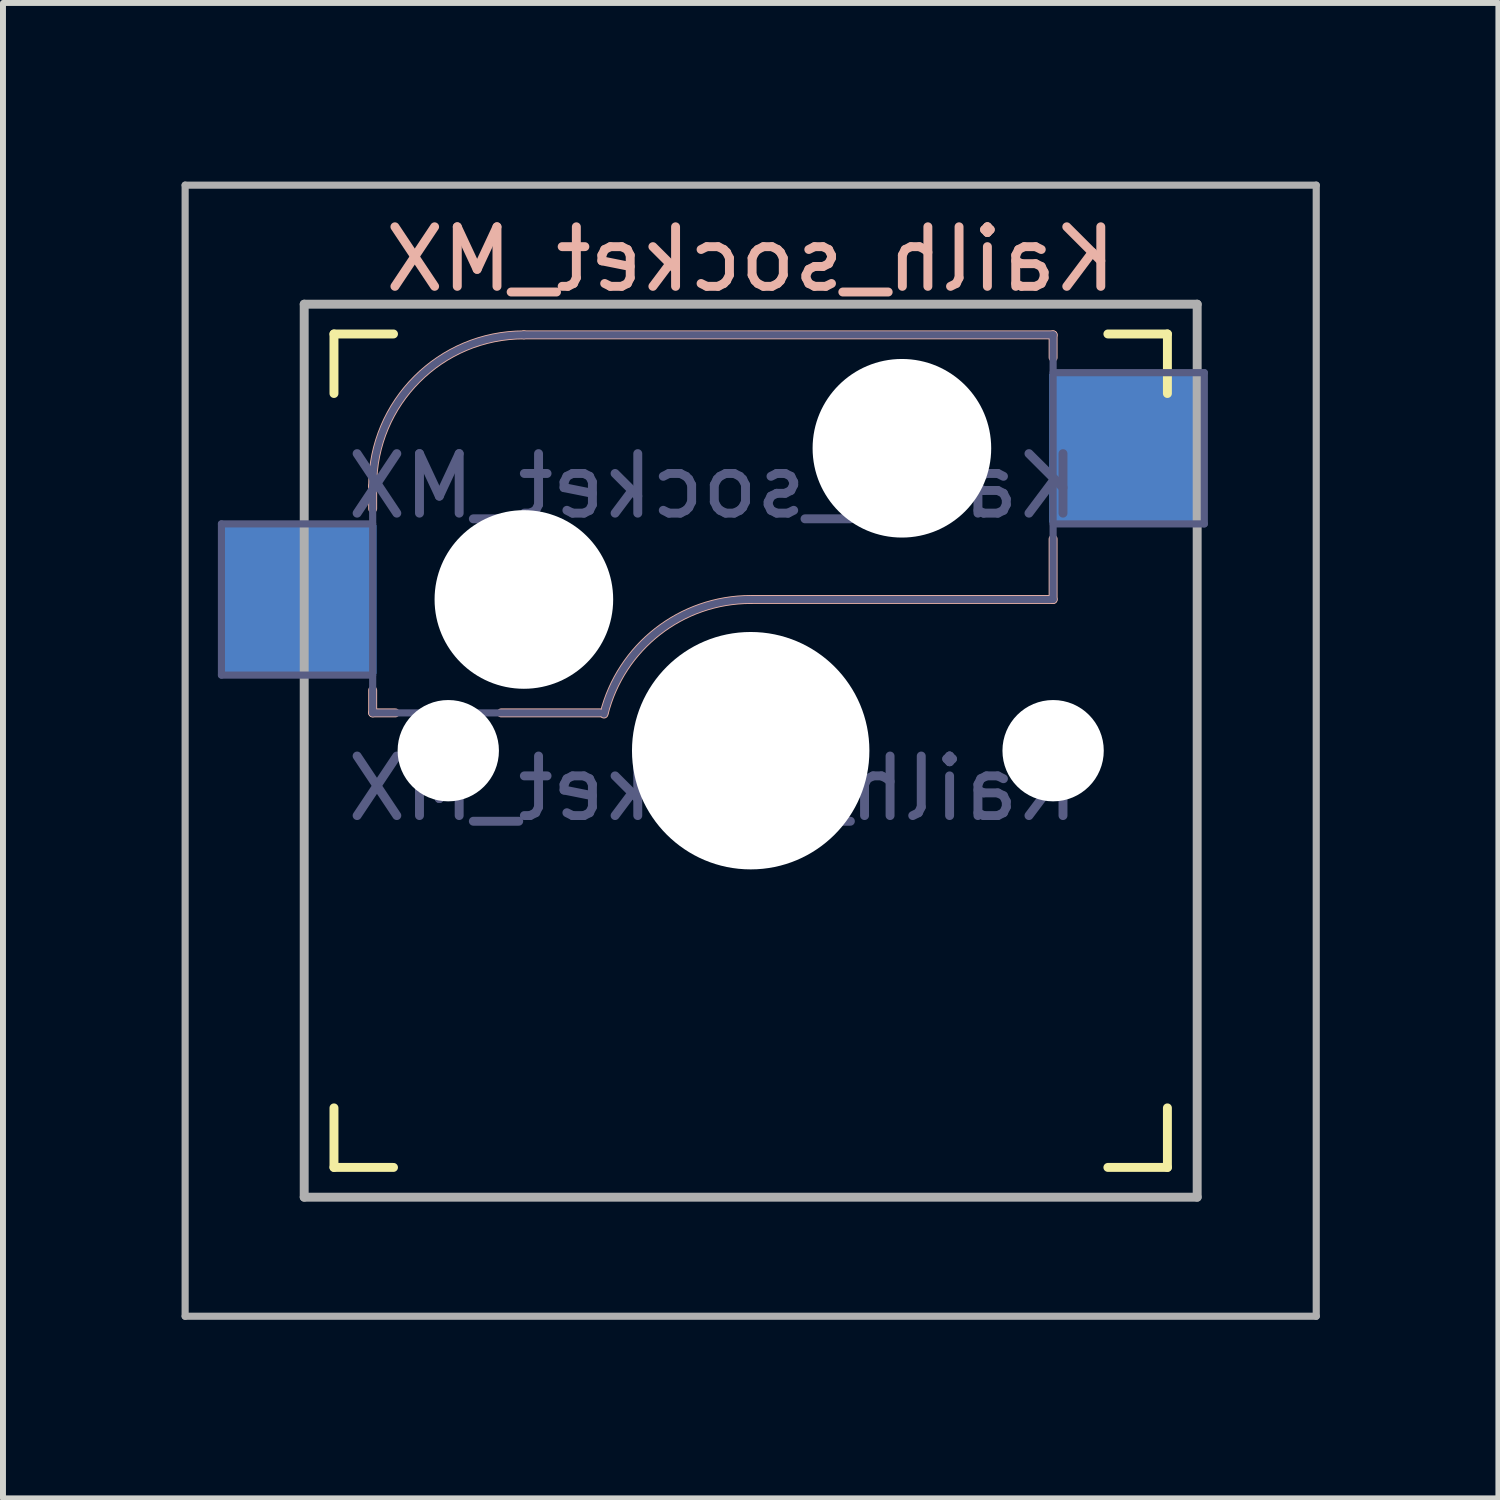
<source format=kicad_pcb>
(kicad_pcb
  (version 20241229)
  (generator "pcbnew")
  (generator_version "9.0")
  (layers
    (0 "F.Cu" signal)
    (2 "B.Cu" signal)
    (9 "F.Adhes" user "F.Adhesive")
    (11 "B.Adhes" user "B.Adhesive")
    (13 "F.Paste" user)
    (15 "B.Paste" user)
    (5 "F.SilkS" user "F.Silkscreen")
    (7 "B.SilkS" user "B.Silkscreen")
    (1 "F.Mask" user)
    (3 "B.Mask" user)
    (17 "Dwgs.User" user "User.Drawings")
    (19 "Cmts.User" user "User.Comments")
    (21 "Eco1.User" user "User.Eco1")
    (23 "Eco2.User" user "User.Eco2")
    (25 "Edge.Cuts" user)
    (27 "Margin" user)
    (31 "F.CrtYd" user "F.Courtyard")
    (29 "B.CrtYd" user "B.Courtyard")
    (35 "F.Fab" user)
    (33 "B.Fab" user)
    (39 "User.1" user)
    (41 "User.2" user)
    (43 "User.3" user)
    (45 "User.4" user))
  (footprint "Kailh_socket_MX"
    (layer "F.Cu")
    (at 9.56 9.56)
    (property "Reference" "Kailh_socket_MX" (at 0 -8.255 0) (layer "B.SilkS") (effects (font (size 1 1) (thickness 0.15)) (justify mirror)))
    (property "Value" "Kailh_socket_MX" (at 0 8.255 0) (layer "F.Fab") (hide yes) (effects (font (size 1 1) (thickness 0.15))))
    (attr smd)
    (fp_line (start -7 -6) (end -7 -7) (stroke (width 0.15) (type solid)) (layer "F.SilkS"))
    (fp_line (start -7 7) (end -7 6) (stroke (width 0.15) (type solid)) (layer "F.SilkS"))
    (fp_line (start -7 7) (end -6 7) (stroke (width 0.15) (type solid)) (layer "F.SilkS"))
    (fp_line (start -6 -7) (end -7 -7) (stroke (width 0.15) (type solid)) (layer "F.SilkS"))
    (fp_line (start 6 7) (end 7 7) (stroke (width 0.15) (type solid)) (layer "F.SilkS"))
    (fp_line (start 7 -7) (end 6 -7) (stroke (width 0.15) (type solid)) (layer "F.SilkS"))
    (fp_line (start 7 -7) (end 7 -6) (stroke (width 0.15) (type solid)) (layer "F.SilkS"))
    (fp_line (start 7 6) (end 7 7) (stroke (width 0.15) (type solid)) (layer "F.SilkS"))
    (fp_line (start -6.35 -4.445) (end -6.35 -4.064) (stroke (width 0.15) (type solid)) (layer "B.SilkS"))
    (fp_line (start -6.35 -1.016) (end -6.35 -0.635) (stroke (width 0.15) (type solid)) (layer "B.SilkS"))
    (fp_line (start -5.969 -0.635) (end -6.35 -0.635) (stroke (width 0.15) (type solid)) (layer "B.SilkS"))
    (fp_line (start -3.81 -6.985) (end 5.08 -6.985) (stroke (width 0.15) (type solid)) (layer "B.SilkS"))
    (fp_line (start -2.464 -0.635) (end -4.191 -0.635) (stroke (width 0.15) (type solid)) (layer "B.SilkS"))
    (fp_line (start 5.08 -6.985) (end 5.08 -6.604) (stroke (width 0.15) (type solid)) (layer "B.SilkS"))
    (fp_line (start 5.08 -3.556) (end 5.08 -2.54) (stroke (width 0.15) (type solid)) (layer "B.SilkS"))
    (fp_line (start 5.08 -2.54) (end 0 -2.54) (stroke (width 0.15) (type solid)) (layer "B.SilkS"))
    (fp_arc (start -6.35 -4.445) (mid -5.606051 -6.241051) (end -3.81 -6.985) (stroke (width 0.15) (type solid)) (layer "B.SilkS"))
    (fp_arc (start -2.464162 -0.61604) (mid -1.563147 -2.002042) (end 0 -2.54) (stroke (width 0.15) (type solid)) (layer "B.SilkS"))
    (fp_line (start -6.9 6.9) (end -6.9 -6.9) (stroke (width 0.15) (type solid)) (layer "Eco2.User"))
    (fp_line (start -6.9 6.9) (end 6.9 6.9) (stroke (width 0.15) (type solid)) (layer "Eco2.User"))
    (fp_line (start 6.9 -6.9) (end -6.9 -6.9) (stroke (width 0.15) (type solid)) (layer "Eco2.User"))
    (fp_line (start 6.9 -6.9) (end 6.9 6.9) (stroke (width 0.15) (type solid)) (layer "Eco2.User"))
    (fp_line (start -8.89 -3.81) (end -6.35 -3.81) (stroke (width 0.12) (type solid)) (layer "B.Fab"))
    (fp_line (start -8.89 -1.27) (end -8.89 -3.81) (stroke (width 0.12) (type solid)) (layer "B.Fab"))
    (fp_line (start -6.35 -1.27) (end -8.89 -1.27) (stroke (width 0.12) (type solid)) (layer "B.Fab"))
    (fp_line (start -6.35 -0.635) (end -6.35 -4.445) (stroke (width 0.12) (type solid)) (layer "B.Fab"))
    (fp_line (start -6.35 -0.635) (end -2.54 -0.635) (stroke (width 0.12) (type solid)) (layer "B.Fab"))
    (fp_line (start -3.81 -6.985) (end 5.08 -6.985) (stroke (width 0.12) (type solid)) (layer "B.Fab"))
    (fp_line (start 5.08 -6.985) (end 5.08 -2.54) (stroke (width 0.12) (type solid)) (layer "B.Fab"))
    (fp_line (start 5.08 -6.35) (end 7.62 -6.35) (stroke (width 0.12) (type solid)) (layer "B.Fab"))
    (fp_line (start 5.08 -2.54) (end 0 -2.54) (stroke (width 0.12) (type solid)) (layer "B.Fab"))
    (fp_line (start 7.62 -6.35) (end 7.62 -3.81) (stroke (width 0.12) (type solid)) (layer "B.Fab"))
    (fp_line (start 7.62 -3.81) (end 5.08 -3.81) (stroke (width 0.12) (type solid)) (layer "B.Fab"))
    (fp_arc (start -6.35 -4.445) (mid -5.606051 -6.241051) (end -3.81 -6.985) (stroke (width 0.12) (type solid)) (layer "B.Fab"))
    (fp_arc (start -2.464162 -0.61604) (mid -1.563147 -2.002042) (end 0 -2.54) (stroke (width 0.12) (type solid)) (layer "B.Fab"))
    (fp_line (start -9.5 -9.5) (end 9.5 -9.5) (stroke (width 0.12) (type solid)) (layer "F.Fab"))
    (fp_line (start -9.5 9.5) (end -9.5 -9.5) (stroke (width 0.12) (type solid)) (layer "F.Fab"))
    (fp_line (start -7.5 -7.5) (end 7.5 -7.5) (stroke (width 0.15) (type solid)) (layer "F.Fab"))
    (fp_line (start -7.5 7.5) (end -7.5 -7.5) (stroke (width 0.15) (type solid)) (layer "F.Fab"))
    (fp_line (start 7.5 -7.5) (end 7.5 7.5) (stroke (width 0.15) (type solid)) (layer "F.Fab"))
    (fp_line (start 7.5 7.5) (end -7.5 7.5) (stroke (width 0.15) (type solid)) (layer "F.Fab"))
    (fp_line (start 9.5 -9.5) (end 9.5 9.5) (stroke (width 0.12) (type solid)) (layer "F.Fab"))
    (fp_line (start 9.5 9.5) (end -9.5 9.5) (stroke (width 0.12) (type solid)) (layer "F.Fab"))
    (fp_text user "${VALUE}" (at -0.635 0.635 0) (layer "B.Fab") (effects (font (size 1 1) (thickness 0.15)) (justify mirror)))
    (fp_text user "${REFERENCE}" (at -0.635 -4.445 0) (layer "B.Fab") (effects (font (size 1 1) (thickness 0.15)) (justify mirror)))
    (pad "" np_thru_hole circle (at -5.08 0) (size 1.702 1.702) (drill 1.702) (layers "*.Cu" "*.Mask"))
    (pad "" np_thru_hole circle (at -3.81 -2.54) (size 3 3) (drill 3) (layers "*.Cu" "*.Mask"))
    (pad "" np_thru_hole circle (at 0 0) (size 3.988 3.988) (drill 3.988) (layers "*.Cu" "*.Mask"))
    (pad "" np_thru_hole circle (at 2.54 -5.08) (size 3 3) (drill 3) (layers "*.Cu" "*.Mask"))
    (pad "" np_thru_hole circle (at 5.08 0) (size 1.702 1.702) (drill 1.702) (layers "*.Cu" "*.Mask"))
    (pad "1" smd rect (at 6.29 -5.08) (size 2.55 2.5) (layers "B.Cu" "B.Mask" "B.Paste"))
    (pad "2" smd rect (at -7.56 -2.54) (size 2.55 2.5) (layers "B.Cu" "B.Mask" "B.Paste")))
  (gr_rect
    (start -3 -3)
    (end 22.12 22.12)
    (stroke (width 0.1) (type default))
    (fill no)
    (layer "Edge.Cuts")))
</source>
